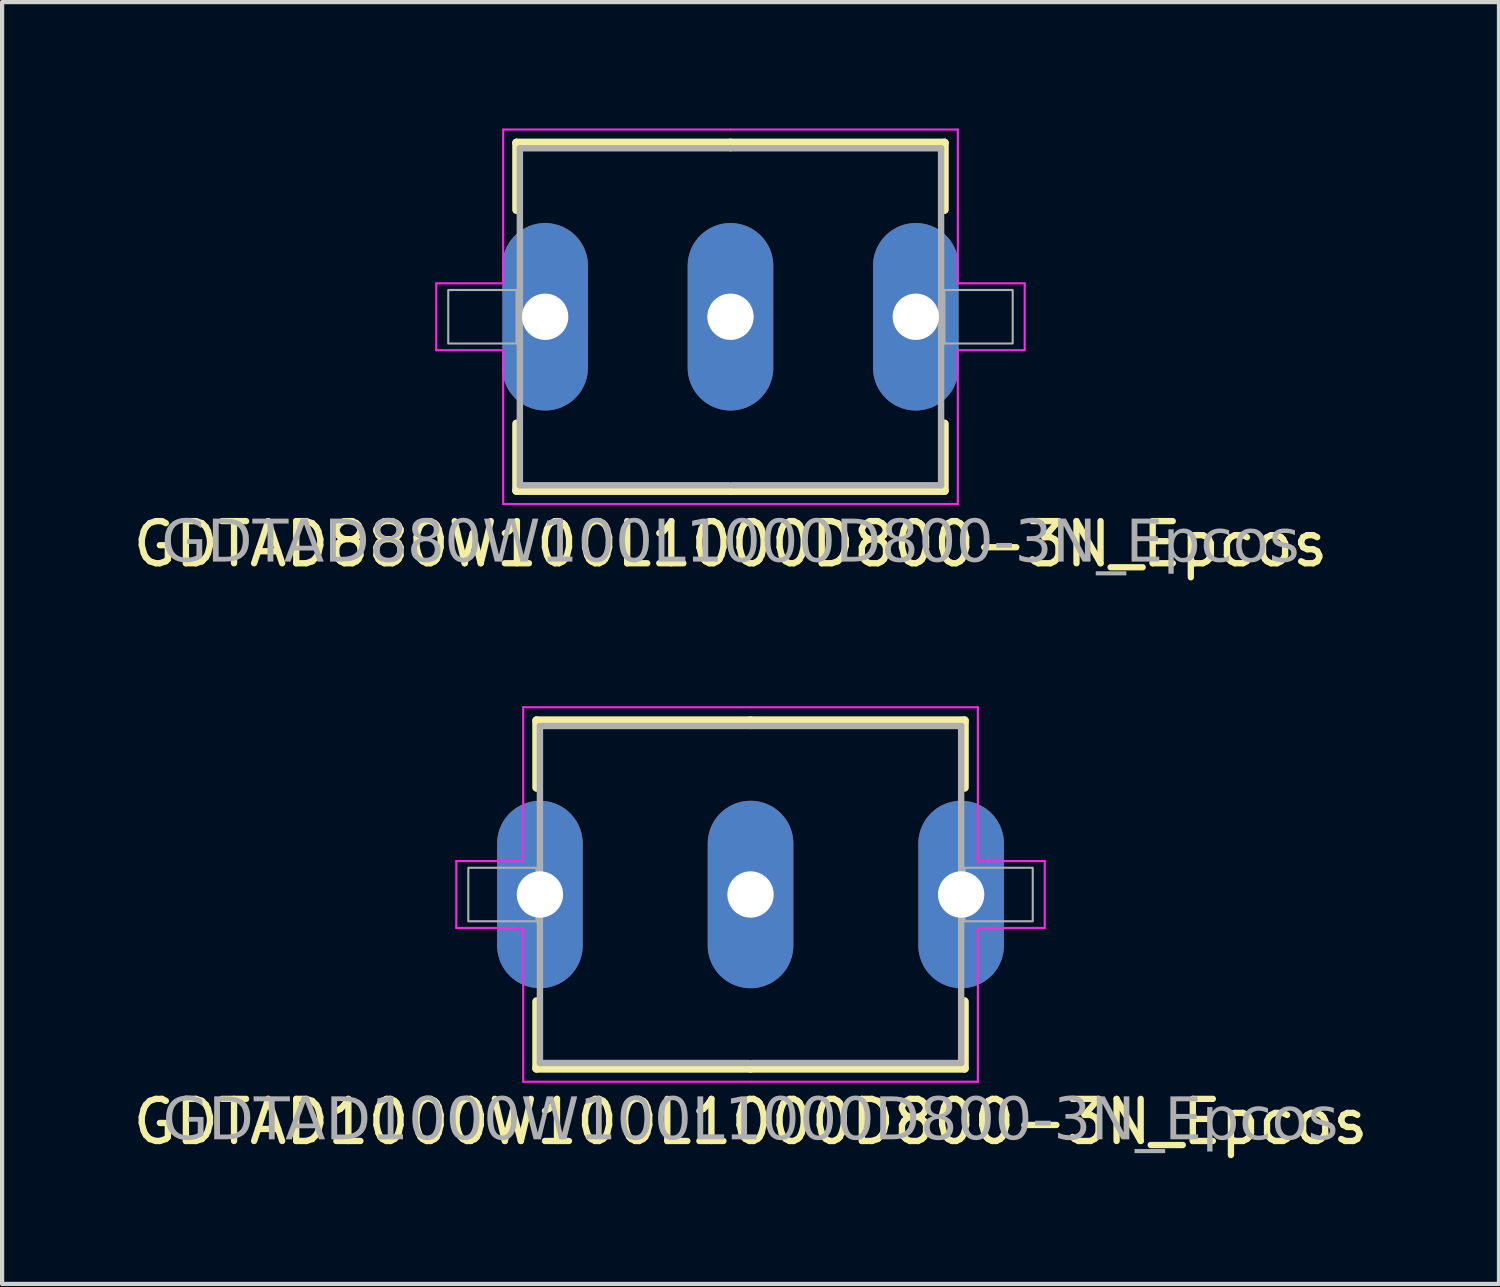
<source format=kicad_pcb>
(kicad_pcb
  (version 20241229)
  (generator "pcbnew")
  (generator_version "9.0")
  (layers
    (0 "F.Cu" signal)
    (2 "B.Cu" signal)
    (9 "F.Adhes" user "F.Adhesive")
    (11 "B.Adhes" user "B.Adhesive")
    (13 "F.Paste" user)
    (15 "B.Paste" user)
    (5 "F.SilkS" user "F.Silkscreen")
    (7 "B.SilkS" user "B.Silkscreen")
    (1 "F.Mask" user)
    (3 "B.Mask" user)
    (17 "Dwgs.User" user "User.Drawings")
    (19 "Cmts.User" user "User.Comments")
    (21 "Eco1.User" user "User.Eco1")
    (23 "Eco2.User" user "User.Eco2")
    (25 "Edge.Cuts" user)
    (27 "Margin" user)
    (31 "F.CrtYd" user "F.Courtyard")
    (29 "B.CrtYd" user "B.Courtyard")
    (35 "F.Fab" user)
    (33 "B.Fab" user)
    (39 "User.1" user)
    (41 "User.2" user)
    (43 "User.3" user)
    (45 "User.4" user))
  (footprint "GDTAD1000W100L1000D800-3N_Epcos"
    (layer "F.Cu")
    (at 14.768 18.186)
    (property "Reference" "GDTAD1000W100L1000D800-3N_Epcos" (at 0 5.397 0) (layer "F.SilkS") (effects (font (size 1 1) (thickness 0.15))))
    (attr through_hole)
    (fp_line (start -5.08 -4.128) (end 0 -4.128) (stroke (width 0.203) (type solid)) (layer "F.SilkS"))
    (fp_line (start -5.08 -2.54) (end -5.08 -4.128) (stroke (width 0.203) (type solid)) (layer "F.SilkS"))
    (fp_line (start -5.08 2.54) (end -5.08 4.128) (stroke (width 0.203) (type solid)) (layer "F.SilkS"))
    (fp_line (start -5.08 4.128) (end 0 4.128) (stroke (width 0.203) (type solid)) (layer "F.SilkS"))
    (fp_line (start 5.08 -4.128) (end 0 -4.128) (stroke (width 0.203) (type solid)) (layer "F.SilkS"))
    (fp_line (start 5.08 -2.54) (end 5.08 -4.128) (stroke (width 0.203) (type solid)) (layer "F.SilkS"))
    (fp_line (start 5.08 2.54) (end 5.08 4.128) (stroke (width 0.203) (type solid)) (layer "F.SilkS"))
    (fp_line (start 5.08 4.128) (end 0 4.128) (stroke (width 0.203) (type solid)) (layer "F.SilkS"))
    (fp_line (start -6.985 -0.794) (end -6.985 0.794) (stroke (width 0.05) (type solid)) (layer "F.CrtYd"))
    (fp_line (start -6.985 -0.794) (end -5.397 -0.794) (stroke (width 0.05) (type solid)) (layer "F.CrtYd"))
    (fp_line (start -5.397 -4.445) (end -5.397 -0.794) (stroke (width 0.05) (type solid)) (layer "F.CrtYd"))
    (fp_line (start -5.397 -4.445) (end 0 -4.445) (stroke (width 0.05) (type solid)) (layer "F.CrtYd"))
    (fp_line (start -5.397 0.794) (end -6.985 0.794) (stroke (width 0.05) (type solid)) (layer "F.CrtYd"))
    (fp_line (start -5.397 0.794) (end -5.397 4.445) (stroke (width 0.05) (type solid)) (layer "F.CrtYd"))
    (fp_line (start -5.397 4.445) (end 0 4.445) (stroke (width 0.05) (type solid)) (layer "F.CrtYd"))
    (fp_line (start 5.397 -4.445) (end 0 -4.445) (stroke (width 0.05) (type solid)) (layer "F.CrtYd"))
    (fp_line (start 5.397 -4.445) (end 5.397 -0.794) (stroke (width 0.05) (type solid)) (layer "F.CrtYd"))
    (fp_line (start 5.397 0.794) (end 5.397 4.445) (stroke (width 0.05) (type solid)) (layer "F.CrtYd"))
    (fp_line (start 5.397 0.794) (end 6.985 0.794) (stroke (width 0.05) (type solid)) (layer "F.CrtYd"))
    (fp_line (start 5.397 4.445) (end 0 4.445) (stroke (width 0.05) (type solid)) (layer "F.CrtYd"))
    (fp_line (start 6.985 -0.794) (end 5.397 -0.794) (stroke (width 0.05) (type solid)) (layer "F.CrtYd"))
    (fp_line (start 6.985 -0.794) (end 6.985 0.794) (stroke (width 0.05) (type solid)) (layer "F.CrtYd"))
    (fp_line (start -5 -4) (end 0 -4) (stroke (width 0.152) (type solid)) (layer "F.Fab"))
    (fp_line (start -5 4) (end -5 -4) (stroke (width 0.152) (type solid)) (layer "F.Fab"))
    (fp_line (start -5 4) (end -0.04 4) (stroke (width 0.152) (type solid)) (layer "F.Fab"))
    (fp_line (start 5 -4) (end 0 -4) (stroke (width 0.152) (type solid)) (layer "F.Fab"))
    (fp_line (start 5 4) (end 0.04 4) (stroke (width 0.152) (type solid)) (layer "F.Fab"))
    (fp_line (start 5 4) (end 5 -4) (stroke (width 0.152) (type solid)) (layer "F.Fab"))
    (fp_rect (start -6.7 -0.635) (end -5.08 0.635) (stroke (width 0.05) (type default)) (fill no) (layer "F.Fab"))
    (fp_rect (start 6.7 -0.635) (end 5.08 0.635) (stroke (width 0.05) (type default)) (fill no) (layer "F.Fab"))
    (fp_text user "${REFERENCE}" (at 0 5.397 0) (layer "F.Fab") (effects (font (face "Tahoma") (size 1 1) (thickness 0.15))))
    (pad "1" thru_hole oval (at -5 0) (size 2.032 4.45) (drill 1.1) (layers "*.Cu" "*.Mask"))
    (pad "2" thru_hole oval (at 0 0) (size 2.032 4.45) (drill 1.1) (layers "*.Cu" "*.Mask"))
    (pad "3" thru_hole oval (at 5 0) (size 2.032 4.45) (drill 1.1) (layers "*.Cu" "*.Mask")))
  (footprint "GDTAD880W100L1000D800-3N_Epcos"
    (layer "F.Cu")
    (at 14.292 4.47)
    (property "Reference" "GDTAD880W100L1000D800-3N_Epcos" (at 0 5.397 0) (layer "F.SilkS") (effects (font (size 1 1) (thickness 0.15))))
    (attr through_hole)
    (fp_line (start -5.08 -4.128) (end 0 -4.128) (stroke (width 0.203) (type solid)) (layer "F.SilkS"))
    (fp_line (start -5.08 -2.54) (end -5.08 -4.128) (stroke (width 0.203) (type solid)) (layer "F.SilkS"))
    (fp_line (start -5.08 2.54) (end -5.08 4.128) (stroke (width 0.203) (type solid)) (layer "F.SilkS"))
    (fp_line (start -5.08 4.128) (end 0 4.128) (stroke (width 0.203) (type solid)) (layer "F.SilkS"))
    (fp_line (start 5.08 -4.128) (end 0 -4.128) (stroke (width 0.203) (type solid)) (layer "F.SilkS"))
    (fp_line (start 5.08 -2.54) (end 5.08 -4.128) (stroke (width 0.203) (type solid)) (layer "F.SilkS"))
    (fp_line (start 5.08 2.54) (end 5.08 4.128) (stroke (width 0.203) (type solid)) (layer "F.SilkS"))
    (fp_line (start 5.08 4.128) (end 0 4.128) (stroke (width 0.203) (type solid)) (layer "F.SilkS"))
    (fp_line (start -6.985 -0.794) (end -6.985 0.794) (stroke (width 0.05) (type solid)) (layer "F.CrtYd"))
    (fp_line (start -6.985 -0.794) (end -5.397 -0.794) (stroke (width 0.05) (type solid)) (layer "F.CrtYd"))
    (fp_line (start -5.397 -4.445) (end -5.397 -0.794) (stroke (width 0.05) (type solid)) (layer "F.CrtYd"))
    (fp_line (start -5.397 -4.445) (end 0 -4.445) (stroke (width 0.05) (type solid)) (layer "F.CrtYd"))
    (fp_line (start -5.397 0.794) (end -6.985 0.794) (stroke (width 0.05) (type solid)) (layer "F.CrtYd"))
    (fp_line (start -5.397 0.794) (end -5.397 4.445) (stroke (width 0.05) (type solid)) (layer "F.CrtYd"))
    (fp_line (start -5.397 4.445) (end 0 4.445) (stroke (width 0.05) (type solid)) (layer "F.CrtYd"))
    (fp_line (start 5.397 -4.445) (end 0 -4.445) (stroke (width 0.05) (type solid)) (layer "F.CrtYd"))
    (fp_line (start 5.397 -4.445) (end 5.397 -0.794) (stroke (width 0.05) (type solid)) (layer "F.CrtYd"))
    (fp_line (start 5.397 0.794) (end 5.397 4.445) (stroke (width 0.05) (type solid)) (layer "F.CrtYd"))
    (fp_line (start 5.397 0.794) (end 6.985 0.794) (stroke (width 0.05) (type solid)) (layer "F.CrtYd"))
    (fp_line (start 5.397 4.445) (end 0 4.445) (stroke (width 0.05) (type solid)) (layer "F.CrtYd"))
    (fp_line (start 6.985 -0.794) (end 5.397 -0.794) (stroke (width 0.05) (type solid)) (layer "F.CrtYd"))
    (fp_line (start 6.985 -0.794) (end 6.985 0.794) (stroke (width 0.05) (type solid)) (layer "F.CrtYd"))
    (fp_line (start -5 -4) (end 0 -4) (stroke (width 0.152) (type solid)) (layer "F.Fab"))
    (fp_line (start -5 4) (end -5 -4) (stroke (width 0.152) (type solid)) (layer "F.Fab"))
    (fp_line (start -5 4) (end -0.04 4) (stroke (width 0.152) (type solid)) (layer "F.Fab"))
    (fp_line (start 5 -4) (end 0 -4) (stroke (width 0.152) (type solid)) (layer "F.Fab"))
    (fp_line (start 5 4) (end 0.04 4) (stroke (width 0.152) (type solid)) (layer "F.Fab"))
    (fp_line (start 5 4) (end 5 -4) (stroke (width 0.152) (type solid)) (layer "F.Fab"))
    (fp_rect (start -6.7 -0.635) (end -5.08 0.635) (stroke (width 0.05) (type default)) (fill no) (layer "F.Fab"))
    (fp_rect (start 6.7 -0.635) (end 5.08 0.635) (stroke (width 0.05) (type default)) (fill no) (layer "F.Fab"))
    (fp_text user "${REFERENCE}" (at 0 5.397 0) (layer "F.Fab") (effects (font (face "Tahoma") (size 1 1) (thickness 0.15))))
    (pad "1" thru_hole oval (at -4.4 0) (size 2.032 4.45) (drill 1.1) (layers "*.Cu" "*.Mask"))
    (pad "2" thru_hole oval (at 0 0) (size 2.032 4.45) (drill 1.1) (layers "*.Cu" "*.Mask"))
    (pad "3" thru_hole oval (at 4.4 0) (size 2.032 4.45) (drill 1.1) (layers "*.Cu" "*.Mask")))
  (gr_rect
    (start -3 -3)
    (end 32.536 27.431)
    (stroke (width 0.1) (type default))
    (fill no)
    (layer "Edge.Cuts")))
</source>
